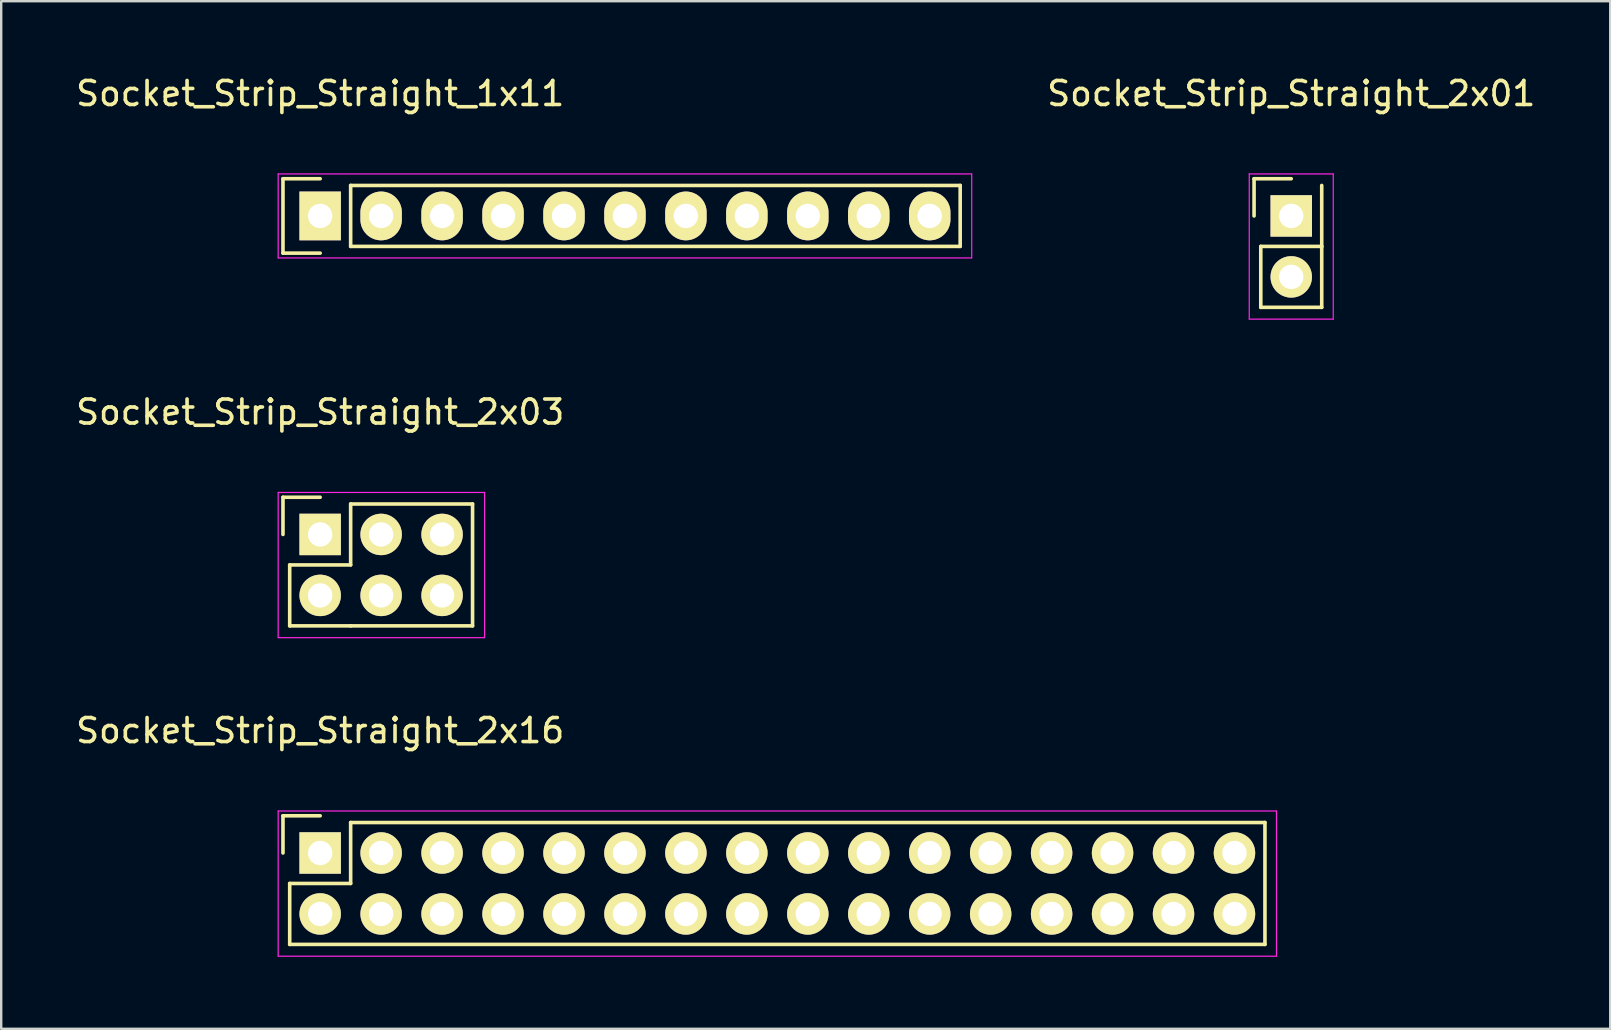
<source format=kicad_pcb>
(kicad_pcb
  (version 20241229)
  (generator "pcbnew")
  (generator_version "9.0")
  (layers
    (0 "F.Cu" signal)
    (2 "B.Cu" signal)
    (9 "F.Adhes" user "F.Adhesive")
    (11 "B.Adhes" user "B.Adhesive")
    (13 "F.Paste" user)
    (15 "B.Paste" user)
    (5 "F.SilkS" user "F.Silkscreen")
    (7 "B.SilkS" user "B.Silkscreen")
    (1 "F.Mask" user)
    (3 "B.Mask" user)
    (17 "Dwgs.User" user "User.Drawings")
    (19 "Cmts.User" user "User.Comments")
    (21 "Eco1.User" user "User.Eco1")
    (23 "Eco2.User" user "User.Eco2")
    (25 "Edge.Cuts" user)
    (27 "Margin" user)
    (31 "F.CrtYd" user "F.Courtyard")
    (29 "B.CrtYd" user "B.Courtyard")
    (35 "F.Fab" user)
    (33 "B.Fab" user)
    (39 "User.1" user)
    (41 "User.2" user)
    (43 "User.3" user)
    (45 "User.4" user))
  (footprint "Socket_Strip_Straight_2x01"
    (layer "F.Cu")
    (at 50.758 5.948)
    (property "Reference" "Socket_Strip_Straight_2x01" (at 0 -5.1 0) (layer "F.SilkS") (effects (font (size 1 1) (thickness 0.15))))
    (attr through_hole)
    (fp_line (start -1.55 -1.55) (end -1.55 0) (stroke (width 0.15) (type solid)) (layer "F.SilkS"))
    (fp_line (start -1.27 1.27) (end -1.27 3.81) (stroke (width 0.15) (type solid)) (layer "F.SilkS"))
    (fp_line (start -1.27 3.81) (end 1.27 3.81) (stroke (width 0.15) (type solid)) (layer "F.SilkS"))
    (fp_line (start 0 -1.55) (end -1.55 -1.55) (stroke (width 0.15) (type solid)) (layer "F.SilkS"))
    (fp_line (start 1.27 1.27) (end -1.27 1.27) (stroke (width 0.15) (type solid)) (layer "F.SilkS"))
    (fp_line (start 1.27 1.27) (end 1.27 -1.27) (stroke (width 0.15) (type solid)) (layer "F.SilkS"))
    (fp_line (start 1.27 3.81) (end 1.27 1.27) (stroke (width 0.15) (type solid)) (layer "F.SilkS"))
    (fp_line (start -1.75 -1.75) (end -1.75 4.3) (stroke (width 0.05) (type solid)) (layer "F.CrtYd"))
    (fp_line (start -1.75 -1.75) (end 1.75 -1.75) (stroke (width 0.05) (type solid)) (layer "F.CrtYd"))
    (fp_line (start -1.75 4.3) (end 1.75 4.3) (stroke (width 0.05) (type solid)) (layer "F.CrtYd"))
    (fp_line (start 1.75 -1.75) (end 1.75 4.3) (stroke (width 0.05) (type solid)) (layer "F.CrtYd"))
    (pad "1" thru_hole rect (at 0 0) (size 1.727 1.727) (drill 1.016) (layers "*.Cu" "*.Mask" "F.SilkS"))
    (pad "2" thru_hole oval (at 0 2.54) (size 1.727 1.727) (drill 1.016) (layers "*.Cu" "*.Mask" "F.SilkS")))
  (footprint "Socket_Strip_Straight_1x11"
    (layer "F.Cu")
    (at 10.292 5.948)
    (property "Reference" "Socket_Strip_Straight_1x11" (at 0 -5.1 0) (layer "F.SilkS") (effects (font (size 1 1) (thickness 0.15))))
    (attr through_hole)
    (fp_line (start -1.55 -1.55) (end -1.55 1.55) (stroke (width 0.15) (type solid)) (layer "F.SilkS"))
    (fp_line (start -1.55 1.55) (end 0 1.55) (stroke (width 0.15) (type solid)) (layer "F.SilkS"))
    (fp_line (start 0 -1.55) (end -1.55 -1.55) (stroke (width 0.15) (type solid)) (layer "F.SilkS"))
    (fp_line (start 1.27 1.27) (end 1.27 -1.27) (stroke (width 0.15) (type solid)) (layer "F.SilkS"))
    (fp_line (start 1.27 1.27) (end 26.67 1.27) (stroke (width 0.15) (type solid)) (layer "F.SilkS"))
    (fp_line (start 26.67 -1.27) (end 1.27 -1.27) (stroke (width 0.15) (type solid)) (layer "F.SilkS"))
    (fp_line (start 26.67 1.27) (end 26.67 -1.27) (stroke (width 0.15) (type solid)) (layer "F.SilkS"))
    (fp_line (start -1.75 -1.75) (end -1.75 1.75) (stroke (width 0.05) (type solid)) (layer "F.CrtYd"))
    (fp_line (start -1.75 -1.75) (end 27.15 -1.75) (stroke (width 0.05) (type solid)) (layer "F.CrtYd"))
    (fp_line (start -1.75 1.75) (end 27.15 1.75) (stroke (width 0.05) (type solid)) (layer "F.CrtYd"))
    (fp_line (start 27.15 -1.75) (end 27.15 1.75) (stroke (width 0.05) (type solid)) (layer "F.CrtYd"))
    (pad "1" thru_hole rect (at 0 0) (size 1.727 2.032) (drill 1.016) (layers "*.Cu" "*.Mask" "F.SilkS"))
    (pad "2" thru_hole oval (at 2.54 0) (size 1.727 2.032) (drill 1.016) (layers "*.Cu" "*.Mask" "F.SilkS"))
    (pad "3" thru_hole oval (at 5.08 0) (size 1.727 2.032) (drill 1.016) (layers "*.Cu" "*.Mask" "F.SilkS"))
    (pad "4" thru_hole oval (at 7.62 0) (size 1.727 2.032) (drill 1.016) (layers "*.Cu" "*.Mask" "F.SilkS"))
    (pad "5" thru_hole oval (at 10.16 0) (size 1.727 2.032) (drill 1.016) (layers "*.Cu" "*.Mask" "F.SilkS"))
    (pad "6" thru_hole oval (at 12.7 0) (size 1.727 2.032) (drill 1.016) (layers "*.Cu" "*.Mask" "F.SilkS"))
    (pad "7" thru_hole oval (at 15.24 0) (size 1.727 2.032) (drill 1.016) (layers "*.Cu" "*.Mask" "F.SilkS"))
    (pad "8" thru_hole oval (at 17.78 0) (size 1.727 2.032) (drill 1.016) (layers "*.Cu" "*.Mask" "F.SilkS"))
    (pad "9" thru_hole oval (at 20.32 0) (size 1.727 2.032) (drill 1.016) (layers "*.Cu" "*.Mask" "F.SilkS"))
    (pad "10" thru_hole oval (at 22.86 0) (size 1.727 2.032) (drill 1.016) (layers "*.Cu" "*.Mask" "F.SilkS"))
    (pad "11" thru_hole oval (at 25.4 0) (size 1.727 2.032) (drill 1.016) (layers "*.Cu" "*.Mask" "F.SilkS")))
  (footprint "Socket_Strip_Straight_2x03"
    (layer "F.Cu")
    (at 10.292 19.221)
    (property "Reference" "Socket_Strip_Straight_2x03" (at 0 -5.1 0) (layer "F.SilkS") (effects (font (size 1 1) (thickness 0.15))))
    (attr through_hole)
    (fp_line (start -1.55 -1.55) (end -1.55 0) (stroke (width 0.15) (type solid)) (layer "F.SilkS"))
    (fp_line (start -1.55 -1.55) (end 0 -1.55) (stroke (width 0.15) (type solid)) (layer "F.SilkS"))
    (fp_line (start -1.27 1.27) (end 1.27 1.27) (stroke (width 0.15) (type solid)) (layer "F.SilkS"))
    (fp_line (start -1.27 3.81) (end -1.27 1.27) (stroke (width 0.15) (type solid)) (layer "F.SilkS"))
    (fp_line (start 1.27 1.27) (end 1.27 -1.27) (stroke (width 0.15) (type solid)) (layer "F.SilkS"))
    (fp_line (start 1.27 3.81) (end -1.27 3.81) (stroke (width 0.15) (type solid)) (layer "F.SilkS"))
    (fp_line (start 6.35 -1.27) (end 1.27 -1.27) (stroke (width 0.15) (type solid)) (layer "F.SilkS"))
    (fp_line (start 6.35 -1.27) (end 6.35 3.81) (stroke (width 0.15) (type solid)) (layer "F.SilkS"))
    (fp_line (start 6.35 3.81) (end 1.27 3.81) (stroke (width 0.15) (type solid)) (layer "F.SilkS"))
    (fp_line (start -1.75 -1.75) (end -1.75 4.3) (stroke (width 0.05) (type solid)) (layer "F.CrtYd"))
    (fp_line (start -1.75 -1.75) (end 6.85 -1.75) (stroke (width 0.05) (type solid)) (layer "F.CrtYd"))
    (fp_line (start -1.75 4.3) (end 6.85 4.3) (stroke (width 0.05) (type solid)) (layer "F.CrtYd"))
    (fp_line (start 6.85 -1.75) (end 6.85 4.3) (stroke (width 0.05) (type solid)) (layer "F.CrtYd"))
    (pad "1" thru_hole rect (at 0 0) (size 1.727 1.727) (drill 1.016) (layers "*.Cu" "*.Mask" "F.SilkS"))
    (pad "2" thru_hole oval (at 0 2.54) (size 1.727 1.727) (drill 1.016) (layers "*.Cu" "*.Mask" "F.SilkS"))
    (pad "3" thru_hole oval (at 2.54 0) (size 1.727 1.727) (drill 1.016) (layers "*.Cu" "*.Mask" "F.SilkS"))
    (pad "4" thru_hole oval (at 2.54 2.54) (size 1.727 1.727) (drill 1.016) (layers "*.Cu" "*.Mask" "F.SilkS"))
    (pad "5" thru_hole oval (at 5.08 0) (size 1.727 1.727) (drill 1.016) (layers "*.Cu" "*.Mask" "F.SilkS"))
    (pad "6" thru_hole oval (at 5.08 2.54) (size 1.727 1.727) (drill 1.016) (layers "*.Cu" "*.Mask" "F.SilkS")))
  (footprint "Socket_Strip_Straight_2x16"
    (layer "F.Cu")
    (at 10.292 32.495)
    (property "Reference" "Socket_Strip_Straight_2x16" (at 0 -5.1 0) (layer "F.SilkS") (effects (font (size 1 1) (thickness 0.15))))
    (attr through_hole)
    (fp_line (start -1.55 -1.55) (end -1.55 0) (stroke (width 0.15) (type solid)) (layer "F.SilkS"))
    (fp_line (start -1.27 1.27) (end 1.27 1.27) (stroke (width 0.15) (type solid)) (layer "F.SilkS"))
    (fp_line (start -1.27 3.81) (end -1.27 1.27) (stroke (width 0.15) (type solid)) (layer "F.SilkS"))
    (fp_line (start 0 -1.55) (end -1.55 -1.55) (stroke (width 0.15) (type solid)) (layer "F.SilkS"))
    (fp_line (start 1.27 -1.27) (end 39.37 -1.27) (stroke (width 0.15) (type solid)) (layer "F.SilkS"))
    (fp_line (start 1.27 1.27) (end 1.27 -1.27) (stroke (width 0.15) (type solid)) (layer "F.SilkS"))
    (fp_line (start 39.37 3.81) (end -1.27 3.81) (stroke (width 0.15) (type solid)) (layer "F.SilkS"))
    (fp_line (start 39.37 3.81) (end 39.37 -1.27) (stroke (width 0.15) (type solid)) (layer "F.SilkS"))
    (fp_line (start -1.75 -1.75) (end -1.75 4.3) (stroke (width 0.05) (type solid)) (layer "F.CrtYd"))
    (fp_line (start -1.75 -1.75) (end 39.85 -1.75) (stroke (width 0.05) (type solid)) (layer "F.CrtYd"))
    (fp_line (start -1.75 4.3) (end 39.85 4.3) (stroke (width 0.05) (type solid)) (layer "F.CrtYd"))
    (fp_line (start 39.85 -1.75) (end 39.85 4.3) (stroke (width 0.05) (type solid)) (layer "F.CrtYd"))
    (pad "1" thru_hole rect (at 0 0) (size 1.727 1.727) (drill 1.016) (layers "*.Cu" "*.Mask" "F.SilkS"))
    (pad "2" thru_hole oval (at 0 2.54) (size 1.727 1.727) (drill 1.016) (layers "*.Cu" "*.Mask" "F.SilkS"))
    (pad "3" thru_hole oval (at 2.54 0) (size 1.727 1.727) (drill 1.016) (layers "*.Cu" "*.Mask" "F.SilkS"))
    (pad "4" thru_hole oval (at 2.54 2.54) (size 1.727 1.727) (drill 1.016) (layers "*.Cu" "*.Mask" "F.SilkS"))
    (pad "5" thru_hole oval (at 5.08 0) (size 1.727 1.727) (drill 1.016) (layers "*.Cu" "*.Mask" "F.SilkS"))
    (pad "6" thru_hole oval (at 5.08 2.54) (size 1.727 1.727) (drill 1.016) (layers "*.Cu" "*.Mask" "F.SilkS"))
    (pad "7" thru_hole oval (at 7.62 0) (size 1.727 1.727) (drill 1.016) (layers "*.Cu" "*.Mask" "F.SilkS"))
    (pad "8" thru_hole oval (at 7.62 2.54) (size 1.727 1.727) (drill 1.016) (layers "*.Cu" "*.Mask" "F.SilkS"))
    (pad "9" thru_hole oval (at 10.16 0) (size 1.727 1.727) (drill 1.016) (layers "*.Cu" "*.Mask" "F.SilkS"))
    (pad "10" thru_hole oval (at 10.16 2.54) (size 1.727 1.727) (drill 1.016) (layers "*.Cu" "*.Mask" "F.SilkS"))
    (pad "11" thru_hole oval (at 12.7 0) (size 1.727 1.727) (drill 1.016) (layers "*.Cu" "*.Mask" "F.SilkS"))
    (pad "12" thru_hole oval (at 12.7 2.54) (size 1.727 1.727) (drill 1.016) (layers "*.Cu" "*.Mask" "F.SilkS"))
    (pad "13" thru_hole oval (at 15.24 0) (size 1.727 1.727) (drill 1.016) (layers "*.Cu" "*.Mask" "F.SilkS"))
    (pad "14" thru_hole oval (at 15.24 2.54) (size 1.727 1.727) (drill 1.016) (layers "*.Cu" "*.Mask" "F.SilkS"))
    (pad "15" thru_hole oval (at 17.78 0) (size 1.727 1.727) (drill 1.016) (layers "*.Cu" "*.Mask" "F.SilkS"))
    (pad "16" thru_hole oval (at 17.78 2.54) (size 1.727 1.727) (drill 1.016) (layers "*.Cu" "*.Mask" "F.SilkS"))
    (pad "17" thru_hole oval (at 20.32 0) (size 1.727 1.727) (drill 1.016) (layers "*.Cu" "*.Mask" "F.SilkS"))
    (pad "18" thru_hole oval (at 20.32 2.54) (size 1.727 1.727) (drill 1.016) (layers "*.Cu" "*.Mask" "F.SilkS"))
    (pad "19" thru_hole oval (at 22.86 0) (size 1.727 1.727) (drill 1.016) (layers "*.Cu" "*.Mask" "F.SilkS"))
    (pad "20" thru_hole oval (at 22.86 2.54) (size 1.727 1.727) (drill 1.016) (layers "*.Cu" "*.Mask" "F.SilkS"))
    (pad "21" thru_hole oval (at 25.4 0) (size 1.727 1.727) (drill 1.016) (layers "*.Cu" "*.Mask" "F.SilkS"))
    (pad "22" thru_hole oval (at 25.4 2.54) (size 1.727 1.727) (drill 1.016) (layers "*.Cu" "*.Mask" "F.SilkS"))
    (pad "23" thru_hole oval (at 27.94 0) (size 1.727 1.727) (drill 1.016) (layers "*.Cu" "*.Mask" "F.SilkS"))
    (pad "24" thru_hole oval (at 27.94 2.54) (size 1.727 1.727) (drill 1.016) (layers "*.Cu" "*.Mask" "F.SilkS"))
    (pad "25" thru_hole oval (at 30.48 0) (size 1.727 1.727) (drill 1.016) (layers "*.Cu" "*.Mask" "F.SilkS"))
    (pad "26" thru_hole oval (at 30.48 2.54) (size 1.727 1.727) (drill 1.016) (layers "*.Cu" "*.Mask" "F.SilkS"))
    (pad "27" thru_hole oval (at 33.02 0) (size 1.727 1.727) (drill 1.016) (layers "*.Cu" "*.Mask" "F.SilkS"))
    (pad "28" thru_hole oval (at 33.02 2.54) (size 1.727 1.727) (drill 1.016) (layers "*.Cu" "*.Mask" "F.SilkS"))
    (pad "29" thru_hole oval (at 35.56 0) (size 1.727 1.727) (drill 1.016) (layers "*.Cu" "*.Mask" "F.SilkS"))
    (pad "30" thru_hole oval (at 35.56 2.54) (size 1.727 1.727) (drill 1.016) (layers "*.Cu" "*.Mask" "F.SilkS"))
    (pad "31" thru_hole oval (at 38.1 0) (size 1.727 1.727) (drill 1.016) (layers "*.Cu" "*.Mask" "F.SilkS"))
    (pad "32" thru_hole oval (at 38.1 2.54) (size 1.727 1.727) (drill 1.016) (layers "*.Cu" "*.Mask" "F.SilkS")))
  (gr_rect
    (start -3 -3)
    (end 64.05 39.82)
    (stroke (width 0.1) (type default))
    (fill no)
    (layer "Edge.Cuts")))
</source>
